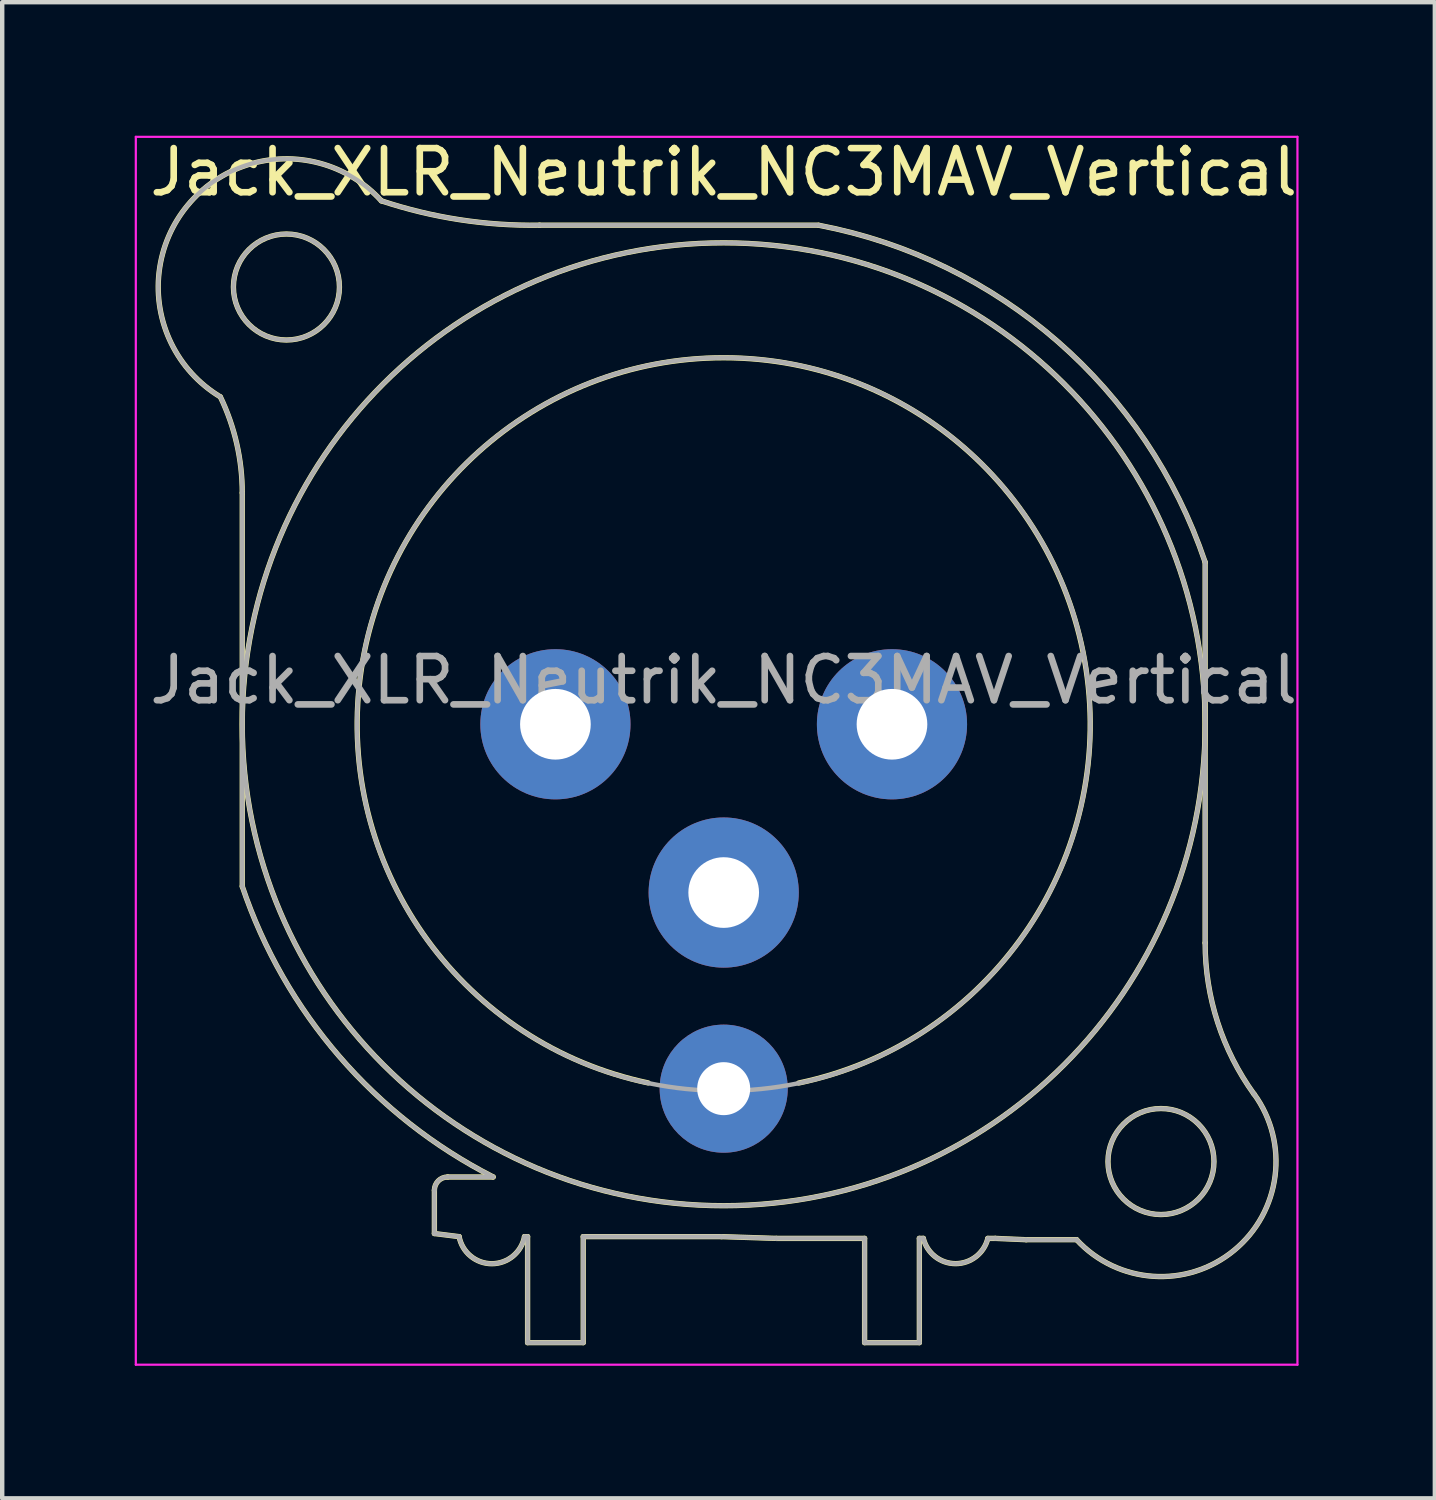
<source format=kicad_pcb>
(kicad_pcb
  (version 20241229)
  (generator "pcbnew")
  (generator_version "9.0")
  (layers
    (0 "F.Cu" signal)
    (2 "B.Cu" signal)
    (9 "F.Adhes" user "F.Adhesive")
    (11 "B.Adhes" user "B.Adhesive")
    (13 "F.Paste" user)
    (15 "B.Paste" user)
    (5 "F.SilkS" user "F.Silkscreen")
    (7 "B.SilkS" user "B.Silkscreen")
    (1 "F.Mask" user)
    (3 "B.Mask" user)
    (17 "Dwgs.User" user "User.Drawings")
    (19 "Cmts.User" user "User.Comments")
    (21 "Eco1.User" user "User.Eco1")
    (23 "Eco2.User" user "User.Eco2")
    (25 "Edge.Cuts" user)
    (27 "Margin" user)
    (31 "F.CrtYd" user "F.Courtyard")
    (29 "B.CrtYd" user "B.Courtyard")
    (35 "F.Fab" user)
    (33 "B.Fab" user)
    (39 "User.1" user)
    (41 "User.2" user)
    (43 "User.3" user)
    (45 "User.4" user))
  (footprint "Jack_XLR_Neutrik_NC3MAV_Vertical"
    (layer "F.Cu")
    (at 9.525 13.348)
    (property "Reference" "Jack_XLR_Neutrik_NC3MAV_Vertical" (at 3.81 -12.5 0) (layer "F.SilkS") (effects (font (size 1 1) (thickness 0.15))))
    (attr through_hole)
    (fp_line (start -7.09 3.67) (end -7.09 -5.24) (stroke (width 0.12) (type solid)) (layer "F.SilkS"))
    (fp_line (start -2.74 11.53) (end -2.74 10.55) (stroke (width 0.12) (type solid)) (layer "F.SilkS"))
    (fp_line (start -2.74 11.53) (end -2.18 11.6) (stroke (width 0.12) (type solid)) (layer "F.SilkS"))
    (fp_line (start -1.41 10.25) (end -2.44 10.25) (stroke (width 0.12) (type solid)) (layer "F.SilkS"))
    (fp_line (start -0.7 11.6) (end -0.63 11.6) (stroke (width 0.12) (type solid)) (layer "F.SilkS"))
    (fp_line (start -0.63 11.6) (end -0.63 14) (stroke (width 0.12) (type solid)) (layer "F.SilkS"))
    (fp_line (start 0.63 11.6) (end 0.63 14) (stroke (width 0.12) (type solid)) (layer "F.SilkS"))
    (fp_line (start 0.63 11.6) (end 3.76 11.6) (stroke (width 0.12) (type solid)) (layer "F.SilkS"))
    (fp_line (start 0.63 14) (end -0.63 14) (stroke (width 0.12) (type solid)) (layer "F.SilkS"))
    (fp_line (start 3.76 11.6) (end 5 11.64) (stroke (width 0.12) (type solid)) (layer "F.SilkS"))
    (fp_line (start 5 11.64) (end 7 11.64) (stroke (width 0.12) (type solid)) (layer "F.SilkS"))
    (fp_line (start 5.95 -11.3) (end -0.36 -11.3) (stroke (width 0.12) (type solid)) (layer "F.SilkS"))
    (fp_line (start 7 11.64) (end 7 14) (stroke (width 0.12) (type solid)) (layer "F.SilkS"))
    (fp_line (start 8.24 11.64) (end 8.24 14) (stroke (width 0.12) (type solid)) (layer "F.SilkS"))
    (fp_line (start 8.24 11.64) (end 8.33 11.64) (stroke (width 0.12) (type solid)) (layer "F.SilkS"))
    (fp_line (start 8.24 14) (end 7 14) (stroke (width 0.12) (type solid)) (layer "F.SilkS"))
    (fp_line (start 9.79 11.64) (end 9.96 11.64) (stroke (width 0.12) (type solid)) (layer "F.SilkS"))
    (fp_line (start 9.96 11.64) (end 10.66 11.67) (stroke (width 0.12) (type solid)) (layer "F.SilkS"))
    (fp_line (start 10.66 11.67) (end 11.8 11.67) (stroke (width 0.12) (type solid)) (layer "F.SilkS"))
    (fp_line (start 14.71 -3.67) (end 14.71 4.95) (stroke (width 0.12) (type solid)) (layer "F.SilkS"))
    (fp_arc (start -7.593301 -7.417041) (mid -8.329941 -11.745986) (end -3.94 -11.85) (stroke (width 0.12) (type solid)) (layer "F.SilkS"))
    (fp_arc (start -7.585604 -7.412632) (mid -7.215472 -6.354221) (end -7.09 -5.24) (stroke (width 0.12) (type solid)) (layer "F.SilkS"))
    (fp_arc (start -2.74 10.55) (mid -2.652132 10.337868) (end -2.44 10.25) (stroke (width 0.12) (type solid)) (layer "F.SilkS"))
    (fp_arc (start -1.409988 10.248445) (mid -4.895314 7.51641) (end -7.09 3.67) (stroke (width 0.12) (type solid)) (layer "F.SilkS"))
    (fp_arc (start -0.699936 11.599661) (mid -1.439828 12.213127) (end -2.18 11.6) (stroke (width 0.12) (type solid)) (layer "F.SilkS"))
    (fp_arc (start -0.36 -11.3) (mid -2.1728 -11.424322) (end -3.939109 -11.850762) (stroke (width 0.12) (type solid)) (layer "F.SilkS"))
    (fp_arc (start 2.1 8.12) (mid 3.816114 -8.2981) (end 5.508033 8.122511) (stroke (width 0.12) (type solid)) (layer "F.SilkS"))
    (fp_arc (start 5.963496 -11.297847) (mid 11.369395 -8.668013) (end 14.71 -3.67) (stroke (width 0.12) (type solid)) (layer "F.SilkS"))
    (fp_arc (start 9.789694 11.641238) (mid 9.059362 12.211864) (end 8.33 11.64) (stroke (width 0.12) (type solid)) (layer "F.SilkS"))
    (fp_arc (start 15.815277 8.372002) (mid 14.993173 6.748036) (end 14.71 4.95) (stroke (width 0.12) (type solid)) (layer "F.SilkS"))
    (fp_arc (start 15.818809 8.372281) (mid 15.361853 11.913053) (end 11.8 11.67) (stroke (width 0.12) (type solid)) (layer "F.SilkS"))
    (fp_circle (center -6.09 -9.9) (end -4.89 -9.9) (stroke (width 0.12) (type solid)) (fill no) (layer "F.SilkS"))
    (fp_circle (center 3.81 0) (end 14.71 0) (stroke (width 0.12) (type solid)) (fill no) (layer "F.SilkS"))
    (fp_circle (center 13.71 9.9) (end 14.91 9.9) (stroke (width 0.12) (type solid)) (fill no) (layer "F.SilkS"))
    (fp_line (start -9.5 -13.3) (end 16.8 -13.3) (stroke (width 0.05) (type solid)) (layer "F.CrtYd"))
    (fp_line (start -9.5 14.5) (end -9.5 -13.3) (stroke (width 0.05) (type solid)) (layer "F.CrtYd"))
    (fp_line (start 16.8 -13.3) (end 16.8 14.5) (stroke (width 0.05) (type solid)) (layer "F.CrtYd"))
    (fp_line (start 16.8 14.5) (end -9.5 14.5) (stroke (width 0.05) (type solid)) (layer "F.CrtYd"))
    (fp_line (start -7.09 3.67) (end -7.09 -5.24) (stroke (width 0.1) (type solid)) (layer "F.Fab"))
    (fp_line (start -2.74 11.53) (end -2.74 10.55) (stroke (width 0.1) (type solid)) (layer "F.Fab"))
    (fp_line (start -2.74 11.53) (end -2.18 11.6) (stroke (width 0.1) (type solid)) (layer "F.Fab"))
    (fp_line (start -1.41 10.25) (end -2.44 10.25) (stroke (width 0.1) (type solid)) (layer "F.Fab"))
    (fp_line (start -0.7 11.6) (end -0.63 11.6) (stroke (width 0.1) (type solid)) (layer "F.Fab"))
    (fp_line (start -0.63 11.6) (end -0.63 14) (stroke (width 0.1) (type solid)) (layer "F.Fab"))
    (fp_line (start 0.63 11.6) (end 0.63 14) (stroke (width 0.1) (type solid)) (layer "F.Fab"))
    (fp_line (start 0.63 11.6) (end 3.76 11.6) (stroke (width 0.1) (type solid)) (layer "F.Fab"))
    (fp_line (start 0.63 14) (end -0.63 14) (stroke (width 0.1) (type solid)) (layer "F.Fab"))
    (fp_line (start 3.76 11.6) (end 5 11.64) (stroke (width 0.1) (type solid)) (layer "F.Fab"))
    (fp_line (start 5 11.64) (end 7 11.64) (stroke (width 0.1) (type solid)) (layer "F.Fab"))
    (fp_line (start 5.95 -11.3) (end -0.36 -11.3) (stroke (width 0.1) (type solid)) (layer "F.Fab"))
    (fp_line (start 7 11.64) (end 7 14) (stroke (width 0.1) (type solid)) (layer "F.Fab"))
    (fp_line (start 8.24 11.64) (end 8.24 14) (stroke (width 0.1) (type solid)) (layer "F.Fab"))
    (fp_line (start 8.24 11.64) (end 8.33 11.64) (stroke (width 0.1) (type solid)) (layer "F.Fab"))
    (fp_line (start 8.24 14) (end 7 14) (stroke (width 0.1) (type solid)) (layer "F.Fab"))
    (fp_line (start 9.79 11.64) (end 9.96 11.64) (stroke (width 0.1) (type solid)) (layer "F.Fab"))
    (fp_line (start 9.96 11.64) (end 10.66 11.67) (stroke (width 0.1) (type solid)) (layer "F.Fab"))
    (fp_line (start 10.66 11.67) (end 11.8 11.67) (stroke (width 0.1) (type solid)) (layer "F.Fab"))
    (fp_line (start 14.71 -3.67) (end 14.71 4.95) (stroke (width 0.1) (type solid)) (layer "F.Fab"))
    (fp_arc (start -7.593301 -7.417041) (mid -8.329941 -11.745986) (end -3.94 -11.85) (stroke (width 0.1) (type solid)) (layer "F.Fab"))
    (fp_arc (start -7.585604 -7.412632) (mid -7.215472 -6.354221) (end -7.09 -5.24) (stroke (width 0.1) (type solid)) (layer "F.Fab"))
    (fp_arc (start -2.74 10.55) (mid -2.652132 10.337868) (end -2.44 10.25) (stroke (width 0.1) (type solid)) (layer "F.Fab"))
    (fp_arc (start -1.409988 10.248445) (mid -4.895314 7.51641) (end -7.09 3.67) (stroke (width 0.1) (type solid)) (layer "F.Fab"))
    (fp_arc (start -0.699936 11.599661) (mid -1.439828 12.213127) (end -2.18 11.6) (stroke (width 0.1) (type solid)) (layer "F.Fab"))
    (fp_arc (start -0.36 -11.3) (mid -2.1728 -11.424322) (end -3.939109 -11.850762) (stroke (width 0.1) (type solid)) (layer "F.Fab"))
    (fp_arc (start 5.963496 -11.297847) (mid 11.369395 -8.668013) (end 14.71 -3.67) (stroke (width 0.1) (type solid)) (layer "F.Fab"))
    (fp_arc (start 9.789694 11.641238) (mid 9.059362 12.211864) (end 8.33 11.64) (stroke (width 0.1) (type solid)) (layer "F.Fab"))
    (fp_arc (start 15.815277 8.372002) (mid 14.993173 6.748036) (end 14.71 4.95) (stroke (width 0.1) (type solid)) (layer "F.Fab"))
    (fp_arc (start 15.818809 8.372281) (mid 15.361853 11.913053) (end 11.8 11.67) (stroke (width 0.1) (type solid)) (layer "F.Fab"))
    (fp_circle (center -6.09 -9.9) (end -4.89 -9.9) (stroke (width 0.1) (type solid)) (fill no) (layer "F.Fab"))
    (fp_circle (center 3.81 0) (end 12.11 0) (stroke (width 0.1) (type solid)) (fill no) (layer "F.Fab"))
    (fp_circle (center 3.81 0) (end 14.71 0) (stroke (width 0.1) (type solid)) (fill no) (layer "F.Fab"))
    (fp_circle (center 13.71 9.9) (end 14.91 9.9) (stroke (width 0.1) (type solid)) (fill no) (layer "F.Fab"))
    (fp_text user "${REFERENCE}" (at 3.81 -1 0) (layer "F.Fab") (effects (font (size 1 1) (thickness 0.15))))
    (pad "1" thru_hole circle (at 0 0) (size 3.4 3.4) (drill 1.6) (layers "*.Cu" "*.Mask"))
    (pad "2" thru_hole circle (at 7.62 0) (size 3.4 3.4) (drill 1.6) (layers "*.Cu" "*.Mask"))
    (pad "3" thru_hole circle (at 3.81 3.81) (size 3.4 3.4) (drill 1.6) (layers "*.Cu" "*.Mask"))
    (pad "G" thru_hole circle (at 3.81 8.25) (size 2.9 2.9) (drill 1.2) (layers "*.Cu" "*.Mask")))
  (gr_rect
    (start -3 -3)
    (end 29.436 30.873)
    (stroke (width 0.1) (type default))
    (fill no)
    (layer "Edge.Cuts")))
</source>
